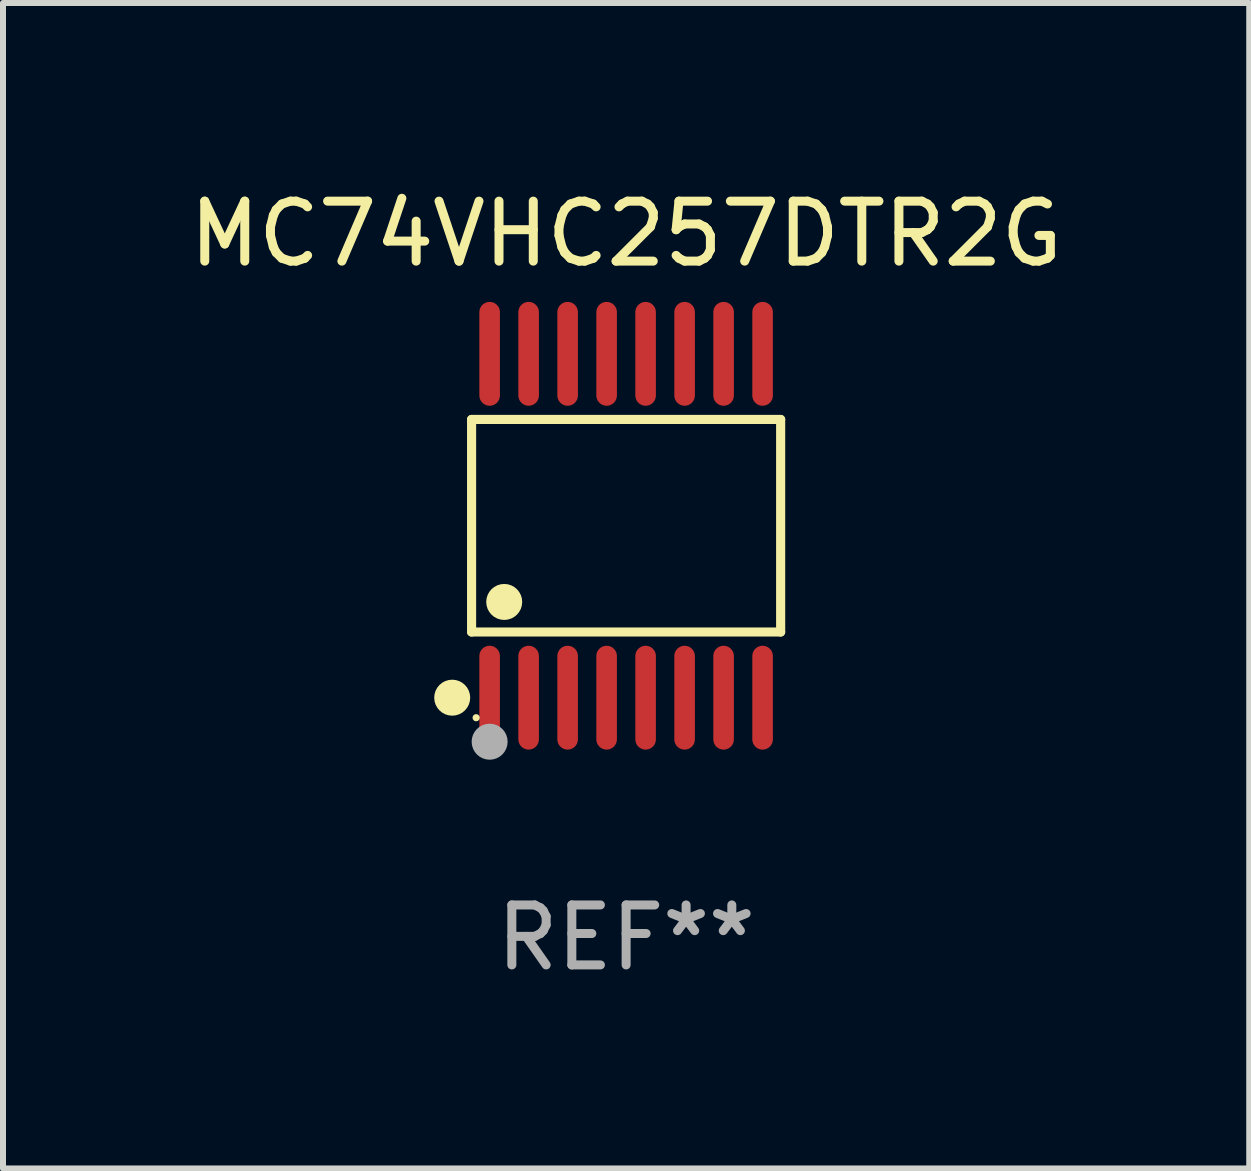
<source format=kicad_pcb>
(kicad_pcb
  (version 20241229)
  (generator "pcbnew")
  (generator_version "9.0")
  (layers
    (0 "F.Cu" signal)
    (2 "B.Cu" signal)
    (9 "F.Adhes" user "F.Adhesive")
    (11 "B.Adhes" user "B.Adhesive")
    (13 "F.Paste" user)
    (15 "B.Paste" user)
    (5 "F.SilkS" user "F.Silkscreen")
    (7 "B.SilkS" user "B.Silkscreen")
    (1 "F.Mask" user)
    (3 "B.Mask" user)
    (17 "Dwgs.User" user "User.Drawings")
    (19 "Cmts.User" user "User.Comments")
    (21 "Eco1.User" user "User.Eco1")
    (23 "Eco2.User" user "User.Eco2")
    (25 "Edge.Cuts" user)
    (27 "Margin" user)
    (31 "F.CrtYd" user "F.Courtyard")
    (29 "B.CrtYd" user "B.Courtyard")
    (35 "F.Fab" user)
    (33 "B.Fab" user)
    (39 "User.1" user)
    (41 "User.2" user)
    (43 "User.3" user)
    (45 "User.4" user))
  (footprint "MC74VHC257DTR2G"
    (layer "F.Cu")
    (at 7.387 5.714)
    (property "Reference" "MC74VHC257DTR2G" (at 0 -4.866 0) (layer "F.SilkS") (effects (font (size 1 1) (thickness 0.15))))
    (attr through_hole)
    (fp_line (start -2.576 -1.772) (end 2.576 -1.772) (stroke (width 0.152) (type solid)) (layer "F.SilkS"))
    (fp_line (start -2.576 1.771) (end -2.576 -1.772) (stroke (width 0.152) (type solid)) (layer "F.SilkS"))
    (fp_line (start 2.576 -1.772) (end 2.576 1.771) (stroke (width 0.152) (type solid)) (layer "F.SilkS"))
    (fp_line (start 2.576 1.771) (end -2.576 1.771) (stroke (width 0.152) (type solid)) (layer "F.SilkS"))
    (fp_circle (center -2.899 2.866) (end -2.749 2.866) (stroke (width 0.3) (type solid)) (fill no) (layer "F.SilkS"))
    (fp_circle (center -2.5 3.2) (end -2.47 3.2) (stroke (width 0.06) (type solid)) (fill no) (layer "F.SilkS"))
    (fp_circle (center -2.032 1.27) (end -1.882 1.27) (stroke (width 0.3) (type solid)) (fill no) (layer "F.SilkS"))
    (fp_circle (center -2.275 3.6) (end -2.125 3.6) (stroke (width 0.3) (type solid)) (fill no) (layer "F.Fab"))
    (fp_text user "REF**" (at 0 6.866 0) (layer "F.Fab") (effects (font (size 1 1) (thickness 0.15))))
    (pad "1" smd oval (at -2.275 2.866) (size 0.343 1.731) (layers "F.Cu" "F.Mask" "F.Paste"))
    (pad "2" smd oval (at -1.625 2.866) (size 0.343 1.731) (layers "F.Cu" "F.Mask" "F.Paste"))
    (pad "3" smd oval (at -0.975 2.866) (size 0.343 1.731) (layers "F.Cu" "F.Mask" "F.Paste"))
    (pad "4" smd oval (at -0.325 2.866) (size 0.343 1.731) (layers "F.Cu" "F.Mask" "F.Paste"))
    (pad "5" smd oval (at 0.325 2.866) (size 0.343 1.731) (layers "F.Cu" "F.Mask" "F.Paste"))
    (pad "6" smd oval (at 0.975 2.866) (size 0.343 1.731) (layers "F.Cu" "F.Mask" "F.Paste"))
    (pad "7" smd oval (at 1.625 2.866) (size 0.343 1.731) (layers "F.Cu" "F.Mask" "F.Paste"))
    (pad "8" smd oval (at 2.275 2.866) (size 0.343 1.731) (layers "F.Cu" "F.Mask" "F.Paste"))
    (pad "9" smd oval (at 2.275 -2.866) (size 0.343 1.731) (layers "F.Cu" "F.Mask" "F.Paste"))
    (pad "10" smd oval (at 1.625 -2.866) (size 0.343 1.731) (layers "F.Cu" "F.Mask" "F.Paste"))
    (pad "11" smd oval (at 0.975 -2.866) (size 0.343 1.731) (layers "F.Cu" "F.Mask" "F.Paste"))
    (pad "12" smd oval (at 0.325 -2.866) (size 0.343 1.731) (layers "F.Cu" "F.Mask" "F.Paste"))
    (pad "13" smd oval (at -0.325 -2.866) (size 0.343 1.731) (layers "F.Cu" "F.Mask" "F.Paste"))
    (pad "14" smd oval (at -0.975 -2.866) (size 0.343 1.731) (layers "F.Cu" "F.Mask" "F.Paste"))
    (pad "15" smd oval (at -1.625 -2.866) (size 0.343 1.731) (layers "F.Cu" "F.Mask" "F.Paste"))
    (pad "16" smd oval (at -2.275 -2.866) (size 0.343 1.731) (layers "F.Cu" "F.Mask" "F.Paste")))
  (gr_rect
    (start -3 -3)
    (end 17.774 16.428)
    (stroke (width 0.1) (type default))
    (fill no)
    (layer "Edge.Cuts")))
</source>
